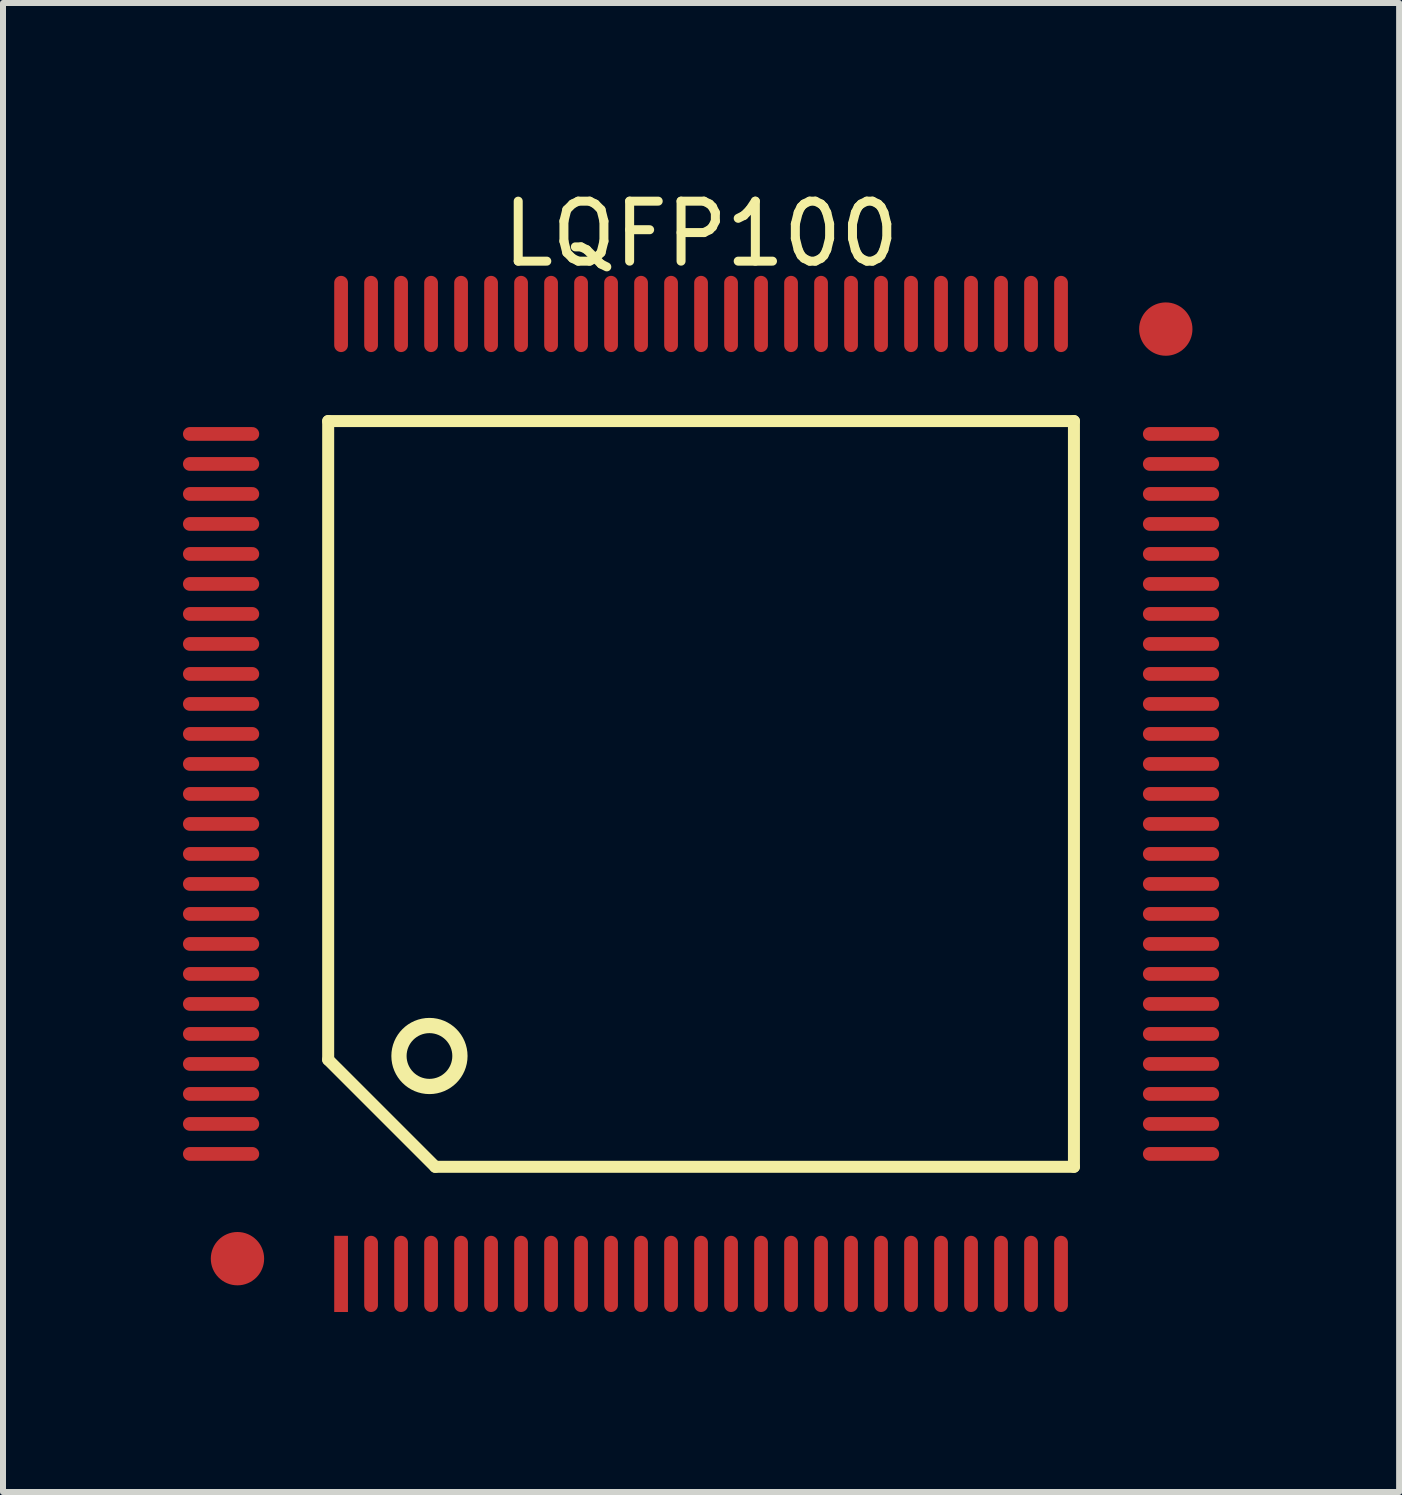
<source format=kicad_pcb>
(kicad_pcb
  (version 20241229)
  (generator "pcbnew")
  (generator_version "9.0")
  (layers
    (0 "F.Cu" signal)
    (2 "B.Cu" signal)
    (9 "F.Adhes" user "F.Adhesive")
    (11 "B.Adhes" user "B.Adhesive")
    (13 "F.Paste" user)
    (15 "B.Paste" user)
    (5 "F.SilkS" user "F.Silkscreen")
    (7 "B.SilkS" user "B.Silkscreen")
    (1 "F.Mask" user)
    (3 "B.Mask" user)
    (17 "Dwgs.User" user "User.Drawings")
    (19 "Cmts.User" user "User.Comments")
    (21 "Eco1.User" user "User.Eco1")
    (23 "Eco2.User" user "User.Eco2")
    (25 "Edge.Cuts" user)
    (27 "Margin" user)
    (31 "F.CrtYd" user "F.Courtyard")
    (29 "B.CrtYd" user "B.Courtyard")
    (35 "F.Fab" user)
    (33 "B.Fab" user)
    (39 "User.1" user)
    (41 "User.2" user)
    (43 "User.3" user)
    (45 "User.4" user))
  (footprint "LQFP100"
    (layer "F.Cu")
    (at 2.635 18.183)
    (property "Reference" "LQFP100" (at 6 -17.335 0) (layer "F.SilkS") (effects (font (size 1 1) (thickness 0.15))))
    (fp_line (start -0.215 -14.215) (end 12.215 -14.215) (stroke (width 0.2) (type solid)) (layer "F.SilkS"))
    (fp_line (start -0.215 -3.57) (end -0.215 -14.215) (stroke (width 0.2) (type solid)) (layer "F.SilkS"))
    (fp_line (start -0.215 -3.57) (end 1.57 -1.785) (stroke (width 0.2) (type solid)) (layer "F.SilkS"))
    (fp_line (start 1.57 -1.785) (end 12.215 -1.785) (stroke (width 0.2) (type solid)) (layer "F.SilkS"))
    (fp_line (start 12.215 -1.785) (end 12.215 -14.215) (stroke (width 0.2) (type solid)) (layer "F.SilkS"))
    (fp_circle (center 1.473 -3.632) (end 1.473 -4.14) (stroke (width 0.254) (type solid)) (fill no) (layer "F.SilkS"))
    (pad "0" smd circle (at -1.727 -0.254 270) (size 0.889 0.889) (layers "F.Cu" "F.Mask" "F.Paste"))
    (pad "0" smd circle (at 13.746 -15.748 270) (size 0.889 0.889) (layers "F.Cu" "F.Mask" "F.Paste"))
    (pad "1" smd rect (at 0 0) (size 0.229 1.27) (layers "F.Cu" "F.Mask" "F.Paste"))
    (pad "2" smd oval (at 0.5 0) (size 0.229 1.27) (layers "F.Cu" "F.Mask" "F.Paste"))
    (pad "3" smd oval (at 1 0) (size 0.229 1.27) (layers "F.Cu" "F.Mask" "F.Paste"))
    (pad "4" smd oval (at 1.5 0) (size 0.229 1.27) (layers "F.Cu" "F.Mask" "F.Paste"))
    (pad "5" smd oval (at 2 0) (size 0.229 1.27) (layers "F.Cu" "F.Mask" "F.Paste"))
    (pad "6" smd oval (at 2.5 0) (size 0.229 1.27) (layers "F.Cu" "F.Mask" "F.Paste"))
    (pad "7" smd oval (at 3 0) (size 0.229 1.27) (layers "F.Cu" "F.Mask" "F.Paste"))
    (pad "8" smd oval (at 3.5 0) (size 0.229 1.27) (layers "F.Cu" "F.Mask" "F.Paste"))
    (pad "9" smd oval (at 4 0) (size 0.229 1.27) (layers "F.Cu" "F.Mask" "F.Paste"))
    (pad "10" smd oval (at 4.5 0) (size 0.229 1.27) (layers "F.Cu" "F.Mask" "F.Paste"))
    (pad "11" smd oval (at 5 0) (size 0.229 1.27) (layers "F.Cu" "F.Mask" "F.Paste"))
    (pad "12" smd oval (at 5.5 0) (size 0.229 1.27) (layers "F.Cu" "F.Mask" "F.Paste"))
    (pad "13" smd oval (at 6 0) (size 0.229 1.27) (layers "F.Cu" "F.Mask" "F.Paste"))
    (pad "14" smd oval (at 6.5 0) (size 0.229 1.27) (layers "F.Cu" "F.Mask" "F.Paste"))
    (pad "15" smd oval (at 7 0) (size 0.229 1.27) (layers "F.Cu" "F.Mask" "F.Paste"))
    (pad "16" smd oval (at 7.5 0) (size 0.229 1.27) (layers "F.Cu" "F.Mask" "F.Paste"))
    (pad "17" smd oval (at 8 0) (size 0.229 1.27) (layers "F.Cu" "F.Mask" "F.Paste"))
    (pad "18" smd oval (at 8.5 0) (size 0.229 1.27) (layers "F.Cu" "F.Mask" "F.Paste"))
    (pad "19" smd oval (at 9 0) (size 0.229 1.27) (layers "F.Cu" "F.Mask" "F.Paste"))
    (pad "20" smd oval (at 9.5 0) (size 0.229 1.27) (layers "F.Cu" "F.Mask" "F.Paste"))
    (pad "21" smd oval (at 10 0) (size 0.229 1.27) (layers "F.Cu" "F.Mask" "F.Paste"))
    (pad "22" smd oval (at 10.5 0) (size 0.229 1.27) (layers "F.Cu" "F.Mask" "F.Paste"))
    (pad "23" smd oval (at 11 0) (size 0.229 1.27) (layers "F.Cu" "F.Mask" "F.Paste"))
    (pad "24" smd oval (at 11.5 0) (size 0.229 1.27) (layers "F.Cu" "F.Mask" "F.Paste"))
    (pad "25" smd oval (at 12 0) (size 0.229 1.27) (layers "F.Cu" "F.Mask" "F.Paste"))
    (pad "26" smd oval (at 14 -2) (size 1.27 0.229) (layers "F.Cu" "F.Mask" "F.Paste"))
    (pad "27" smd oval (at 14 -2.5) (size 1.27 0.229) (layers "F.Cu" "F.Mask" "F.Paste"))
    (pad "28" smd oval (at 14 -3) (size 1.27 0.229) (layers "F.Cu" "F.Mask" "F.Paste"))
    (pad "29" smd oval (at 14 -3.5) (size 1.27 0.229) (layers "F.Cu" "F.Mask" "F.Paste"))
    (pad "30" smd oval (at 14 -4) (size 1.27 0.229) (layers "F.Cu" "F.Mask" "F.Paste"))
    (pad "31" smd oval (at 14 -4.5) (size 1.27 0.229) (layers "F.Cu" "F.Mask" "F.Paste"))
    (pad "32" smd oval (at 14 -5) (size 1.27 0.229) (layers "F.Cu" "F.Mask" "F.Paste"))
    (pad "33" smd oval (at 14 -5.5) (size 1.27 0.229) (layers "F.Cu" "F.Mask" "F.Paste"))
    (pad "34" smd oval (at 14 -6) (size 1.27 0.229) (layers "F.Cu" "F.Mask" "F.Paste"))
    (pad "35" smd oval (at 14 -6.5) (size 1.27 0.229) (layers "F.Cu" "F.Mask" "F.Paste"))
    (pad "36" smd oval (at 14 -7) (size 1.27 0.229) (layers "F.Cu" "F.Mask" "F.Paste"))
    (pad "37" smd oval (at 14 -7.5) (size 1.27 0.229) (layers "F.Cu" "F.Mask" "F.Paste"))
    (pad "38" smd oval (at 14 -8) (size 1.27 0.229) (layers "F.Cu" "F.Mask" "F.Paste"))
    (pad "39" smd oval (at 14 -8.5) (size 1.27 0.229) (layers "F.Cu" "F.Mask" "F.Paste"))
    (pad "40" smd oval (at 14 -9) (size 1.27 0.229) (layers "F.Cu" "F.Mask" "F.Paste"))
    (pad "41" smd oval (at 14 -9.5) (size 1.27 0.229) (layers "F.Cu" "F.Mask" "F.Paste"))
    (pad "42" smd oval (at 14 -10) (size 1.27 0.229) (layers "F.Cu" "F.Mask" "F.Paste"))
    (pad "43" smd oval (at 14 -10.5) (size 1.27 0.229) (layers "F.Cu" "F.Mask" "F.Paste"))
    (pad "44" smd oval (at 14 -11) (size 1.27 0.229) (layers "F.Cu" "F.Mask" "F.Paste"))
    (pad "45" smd oval (at 14 -11.5) (size 1.27 0.229) (layers "F.Cu" "F.Mask" "F.Paste"))
    (pad "46" smd oval (at 14 -12) (size 1.27 0.229) (layers "F.Cu" "F.Mask" "F.Paste"))
    (pad "47" smd oval (at 14 -12.5) (size 1.27 0.229) (layers "F.Cu" "F.Mask" "F.Paste"))
    (pad "48" smd oval (at 14 -13) (size 1.27 0.229) (layers "F.Cu" "F.Mask" "F.Paste"))
    (pad "49" smd oval (at 14 -13.5) (size 1.27 0.229) (layers "F.Cu" "F.Mask" "F.Paste"))
    (pad "50" smd oval (at 14 -14) (size 1.27 0.229) (layers "F.Cu" "F.Mask" "F.Paste"))
    (pad "51" smd oval (at 12 -16) (size 0.229 1.27) (layers "F.Cu" "F.Mask" "F.Paste"))
    (pad "52" smd oval (at 11.5 -16) (size 0.229 1.27) (layers "F.Cu" "F.Mask" "F.Paste"))
    (pad "53" smd oval (at 11 -16) (size 0.229 1.27) (layers "F.Cu" "F.Mask" "F.Paste"))
    (pad "54" smd oval (at 10.5 -16) (size 0.229 1.27) (layers "F.Cu" "F.Mask" "F.Paste"))
    (pad "55" smd oval (at 10 -16) (size 0.229 1.27) (layers "F.Cu" "F.Mask" "F.Paste"))
    (pad "56" smd oval (at 9.5 -16) (size 0.229 1.27) (layers "F.Cu" "F.Mask" "F.Paste"))
    (pad "57" smd oval (at 9 -16) (size 0.229 1.27) (layers "F.Cu" "F.Mask" "F.Paste"))
    (pad "58" smd oval (at 8.5 -16) (size 0.229 1.27) (layers "F.Cu" "F.Mask" "F.Paste"))
    (pad "59" smd oval (at 8 -16) (size 0.229 1.27) (layers "F.Cu" "F.Mask" "F.Paste"))
    (pad "60" smd oval (at 7.5 -16) (size 0.229 1.27) (layers "F.Cu" "F.Mask" "F.Paste"))
    (pad "61" smd oval (at 7 -16) (size 0.229 1.27) (layers "F.Cu" "F.Mask" "F.Paste"))
    (pad "62" smd oval (at 6.5 -16) (size 0.229 1.27) (layers "F.Cu" "F.Mask" "F.Paste"))
    (pad "63" smd oval (at 6 -16) (size 0.229 1.27) (layers "F.Cu" "F.Mask" "F.Paste"))
    (pad "64" smd oval (at 5.5 -16) (size 0.229 1.27) (layers "F.Cu" "F.Mask" "F.Paste"))
    (pad "65" smd oval (at 5 -16) (size 0.229 1.27) (layers "F.Cu" "F.Mask" "F.Paste"))
    (pad "66" smd oval (at 4.5 -16) (size 0.229 1.27) (layers "F.Cu" "F.Mask" "F.Paste"))
    (pad "67" smd oval (at 4 -16) (size 0.229 1.27) (layers "F.Cu" "F.Mask" "F.Paste"))
    (pad "68" smd oval (at 3.5 -16) (size 0.229 1.27) (layers "F.Cu" "F.Mask" "F.Paste"))
    (pad "69" smd oval (at 3 -16) (size 0.229 1.27) (layers "F.Cu" "F.Mask" "F.Paste"))
    (pad "70" smd oval (at 2.5 -16) (size 0.229 1.27) (layers "F.Cu" "F.Mask" "F.Paste"))
    (pad "71" smd oval (at 2 -16) (size 0.229 1.27) (layers "F.Cu" "F.Mask" "F.Paste"))
    (pad "72" smd oval (at 1.5 -16) (size 0.229 1.27) (layers "F.Cu" "F.Mask" "F.Paste"))
    (pad "73" smd oval (at 1 -16) (size 0.229 1.27) (layers "F.Cu" "F.Mask" "F.Paste"))
    (pad "74" smd oval (at 0.5 -16) (size 0.229 1.27) (layers "F.Cu" "F.Mask" "F.Paste"))
    (pad "75" smd oval (at 0 -16) (size 0.229 1.27) (layers "F.Cu" "F.Mask" "F.Paste"))
    (pad "76" smd oval (at -2 -14) (size 1.27 0.229) (layers "F.Cu" "F.Mask" "F.Paste"))
    (pad "77" smd oval (at -2 -13.5) (size 1.27 0.229) (layers "F.Cu" "F.Mask" "F.Paste"))
    (pad "78" smd oval (at -2 -13) (size 1.27 0.229) (layers "F.Cu" "F.Mask" "F.Paste"))
    (pad "79" smd oval (at -2 -12.5) (size 1.27 0.229) (layers "F.Cu" "F.Mask" "F.Paste"))
    (pad "80" smd oval (at -2 -12) (size 1.27 0.229) (layers "F.Cu" "F.Mask" "F.Paste"))
    (pad "81" smd oval (at -2 -11.5) (size 1.27 0.229) (layers "F.Cu" "F.Mask" "F.Paste"))
    (pad "82" smd oval (at -2 -11) (size 1.27 0.229) (layers "F.Cu" "F.Mask" "F.Paste"))
    (pad "83" smd oval (at -2 -10.5) (size 1.27 0.229) (layers "F.Cu" "F.Mask" "F.Paste"))
    (pad "84" smd oval (at -2 -10) (size 1.27 0.229) (layers "F.Cu" "F.Mask" "F.Paste"))
    (pad "85" smd oval (at -2 -9.5) (size 1.27 0.229) (layers "F.Cu" "F.Mask" "F.Paste"))
    (pad "86" smd oval (at -2 -9) (size 1.27 0.229) (layers "F.Cu" "F.Mask" "F.Paste"))
    (pad "87" smd oval (at -2 -8.5) (size 1.27 0.229) (layers "F.Cu" "F.Mask" "F.Paste"))
    (pad "88" smd oval (at -2 -8) (size 1.27 0.229) (layers "F.Cu" "F.Mask" "F.Paste"))
    (pad "89" smd oval (at -2 -7.5) (size 1.27 0.229) (layers "F.Cu" "F.Mask" "F.Paste"))
    (pad "90" smd oval (at -2 -7) (size 1.27 0.229) (layers "F.Cu" "F.Mask" "F.Paste"))
    (pad "91" smd oval (at -2 -6.5) (size 1.27 0.229) (layers "F.Cu" "F.Mask" "F.Paste"))
    (pad "92" smd oval (at -2 -6) (size 1.27 0.229) (layers "F.Cu" "F.Mask" "F.Paste"))
    (pad "93" smd oval (at -2 -5.5) (size 1.27 0.229) (layers "F.Cu" "F.Mask" "F.Paste"))
    (pad "94" smd oval (at -2 -5) (size 1.27 0.229) (layers "F.Cu" "F.Mask" "F.Paste"))
    (pad "95" smd oval (at -2 -4.5) (size 1.27 0.229) (layers "F.Cu" "F.Mask" "F.Paste"))
    (pad "96" smd oval (at -2 -4) (size 1.27 0.229) (layers "F.Cu" "F.Mask" "F.Paste"))
    (pad "97" smd oval (at -2 -3.5) (size 1.27 0.229) (layers "F.Cu" "F.Mask" "F.Paste"))
    (pad "98" smd oval (at -2 -3) (size 1.27 0.229) (layers "F.Cu" "F.Mask" "F.Paste"))
    (pad "99" smd oval (at -2 -2.5) (size 1.27 0.229) (layers "F.Cu" "F.Mask" "F.Paste"))
    (pad "100" smd oval (at -2 -2) (size 1.27 0.229) (layers "F.Cu" "F.Mask" "F.Paste")))
  (gr_rect
    (start -3 -3)
    (end 20.27 21.818)
    (stroke (width 0.1) (type default))
    (fill no)
    (layer "Edge.Cuts")))
</source>
